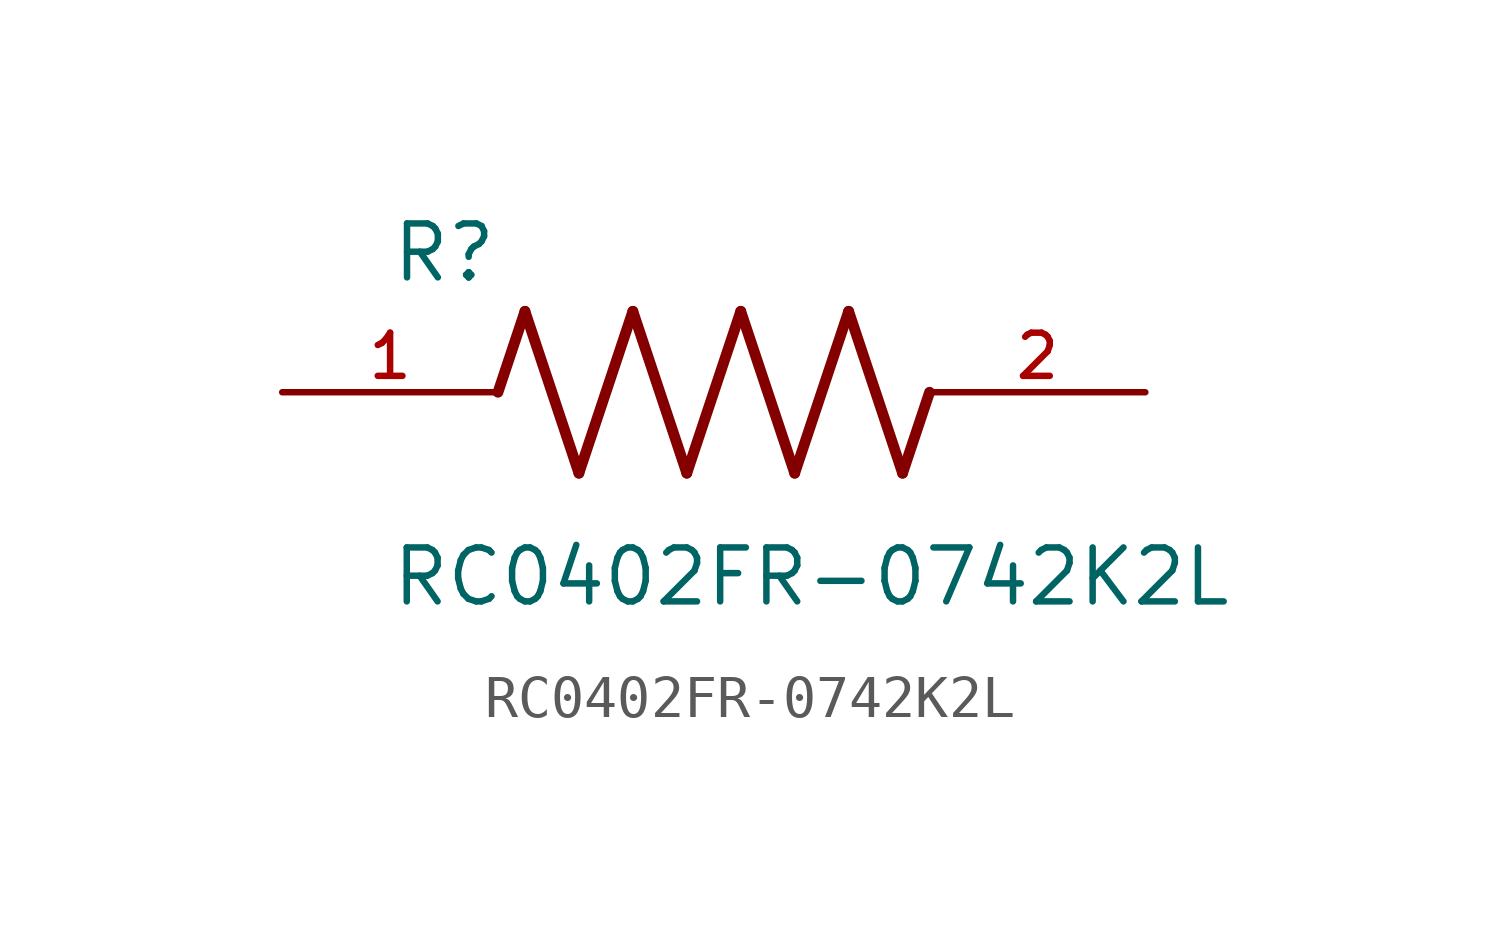
<source format=kicad_sym>
(kicad_symbol_lib
  (version 20211014)
  (generator kicad_symbol_editor)
  (symbol "RC0402FR-0742K2L"
    (pin_names
      (offset 1.016))
    (property "Reference" "R"
      (at -7.624 2.541 0)
      (effects (font (size 1.27 1.27)) (justify bottom left)))
    (property "Value" "RC0402FR-0742K2L"
      (at -7.63 -5.087 0)
      (effects (font (size 1.27 1.27)) (justify bottom left)))
    (symbol "RC0402FR-0742K2L_0_0"
      (polyline (pts (xy -5.08 0.0) (xy -4.445 1.905)) (stroke (width 0.254)))
      (polyline (pts (xy -4.445 1.905) (xy -3.175 -1.905)) (stroke (width 0.254)))
      (polyline (pts (xy -3.175 -1.905) (xy -1.905 1.905)) (stroke (width 0.254)))
      (polyline (pts (xy -1.905 1.905) (xy -0.635 -1.905)) (stroke (width 0.254)))
      (polyline (pts (xy -0.635 -1.905) (xy 0.635 1.905)) (stroke (width 0.254)))
      (polyline (pts (xy 0.635 1.905) (xy 1.905 -1.905)) (stroke (width 0.254)))
      (polyline (pts (xy 1.905 -1.905) (xy 3.175 1.905)) (stroke (width 0.254)))
      (polyline (pts (xy 3.175 1.905) (xy 4.445 -1.905)) (stroke (width 0.254)))
      (polyline (pts (xy 4.445 -1.905) (xy 5.08 0.0)) (stroke (width 0.254)))
      (pin passive line (at -10.16 0.0 0) (length 5.08) (name "~" (effects (font (size 1.016 1.016)))) (number "1" (effects (font (size 1.016 1.016)))))
      (pin passive line (at 10.16 0.0 180.0) (length 5.08) (name "~" (effects (font (size 1.016 1.016)))) (number "2" (effects (font (size 1.016 1.016))))))))
</source>
